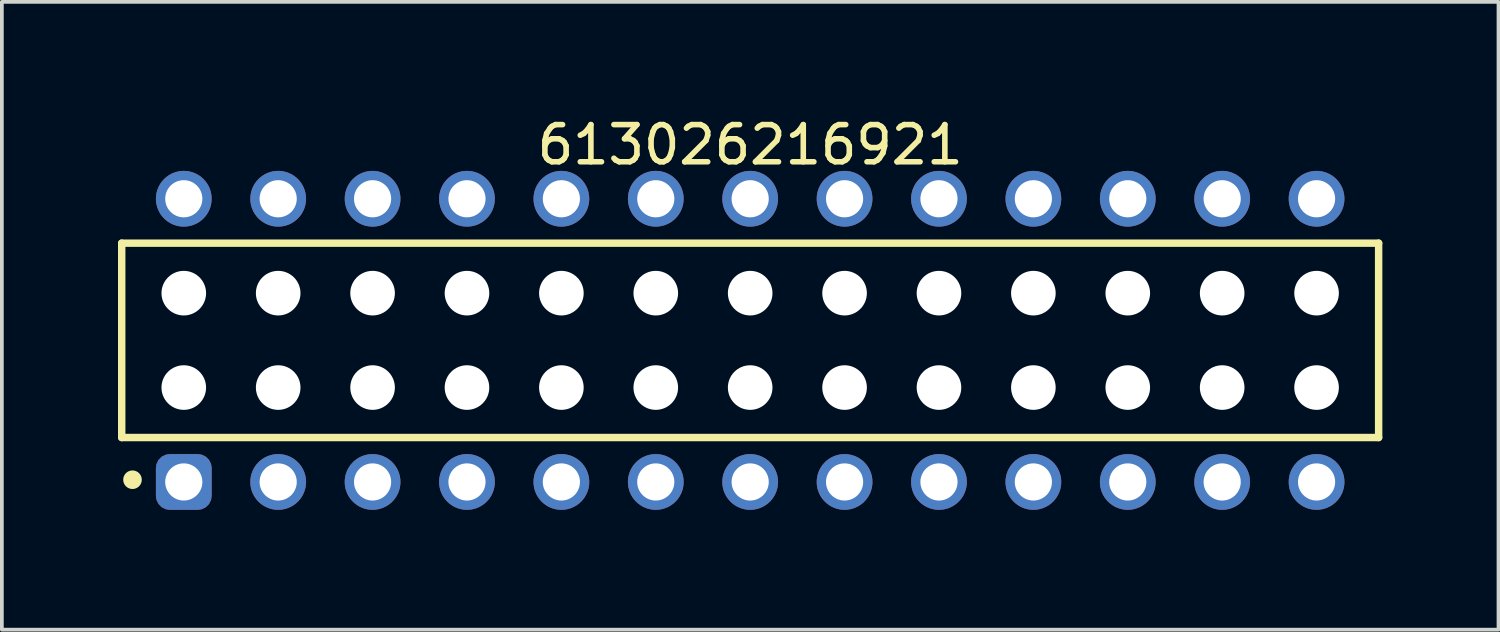
<source format=kicad_pcb>
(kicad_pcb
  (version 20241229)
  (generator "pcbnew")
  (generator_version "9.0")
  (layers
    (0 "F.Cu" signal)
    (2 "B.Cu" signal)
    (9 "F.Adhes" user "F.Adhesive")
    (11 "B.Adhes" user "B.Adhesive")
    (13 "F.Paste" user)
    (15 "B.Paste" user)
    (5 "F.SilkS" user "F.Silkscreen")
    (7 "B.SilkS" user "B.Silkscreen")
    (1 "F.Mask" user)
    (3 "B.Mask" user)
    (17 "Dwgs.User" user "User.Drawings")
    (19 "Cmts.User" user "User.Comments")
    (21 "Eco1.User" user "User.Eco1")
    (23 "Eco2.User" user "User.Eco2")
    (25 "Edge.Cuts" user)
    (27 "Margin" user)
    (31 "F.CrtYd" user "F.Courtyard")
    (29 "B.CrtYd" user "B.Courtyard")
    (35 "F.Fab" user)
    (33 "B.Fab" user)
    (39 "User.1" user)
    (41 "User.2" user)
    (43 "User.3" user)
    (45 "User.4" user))
  (footprint "613026216921"
    (layer "F.Cu")
    (at 17.135 6.108)
    (property "Reference" "613026216921" (at 0 -5.26 0) (layer "F.SilkS") (effects (font (size 1 1) (thickness 0.15))))
    (fp_line (start -16.91 -2.615) (end 16.91 -2.615) (stroke (width 0.2) (type solid)) (layer "F.SilkS"))
    (fp_line (start -16.91 2.615) (end -16.91 -2.615) (stroke (width 0.2) (type solid)) (layer "F.SilkS"))
    (fp_line (start -16.91 2.615) (end 16.91 2.615) (stroke (width 0.2) (type solid)) (layer "F.SilkS"))
    (fp_line (start 16.91 2.615) (end 16.91 -2.615) (stroke (width 0.2) (type solid)) (layer "F.SilkS"))
    (fp_circle (center -16.62 3.75) (end -16.62 3.625) (stroke (width 0.25) (type solid)) (fill no) (layer "F.SilkS"))
    (fp_line (start -17.11 -4.76) (end 17.11 -4.76) (stroke (width 0.05) (type solid)) (layer "Eco2.User"))
    (fp_line (start -17.11 4.76) (end -17.11 -4.76) (stroke (width 0.05) (type solid)) (layer "Eco2.User"))
    (fp_line (start -17.11 4.76) (end 17.11 4.76) (stroke (width 0.05) (type solid)) (layer "Eco2.User"))
    (fp_line (start -16.76 -2.54) (end 16.76 -2.54) (stroke (width 0.1) (type solid)) (layer "Eco2.User"))
    (fp_line (start -16.76 2.54) (end -16.76 -2.54) (stroke (width 0.1) (type solid)) (layer "Eco2.User"))
    (fp_line (start -16.76 2.54) (end 16.76 2.54) (stroke (width 0.1) (type solid)) (layer "Eco2.User"))
    (fp_line (start -15.64 -3.935) (end -14.84 -3.935) (stroke (width 0.1) (type solid)) (layer "Eco2.User"))
    (fp_line (start -15.64 -2.54) (end -15.64 -3.935) (stroke (width 0.1) (type solid)) (layer "Eco2.User"))
    (fp_line (start -15.64 3.935) (end -15.64 2.54) (stroke (width 0.1) (type solid)) (layer "Eco2.User"))
    (fp_line (start -15.64 3.935) (end -14.84 3.935) (stroke (width 0.1) (type solid)) (layer "Eco2.User"))
    (fp_line (start -14.84 -2.54) (end -14.84 -3.935) (stroke (width 0.1) (type solid)) (layer "Eco2.User"))
    (fp_line (start -14.84 3.935) (end -14.84 2.54) (stroke (width 0.1) (type solid)) (layer "Eco2.User"))
    (fp_line (start -13.1 -3.935) (end -12.3 -3.935) (stroke (width 0.1) (type solid)) (layer "Eco2.User"))
    (fp_line (start -13.1 -2.54) (end -13.1 -3.935) (stroke (width 0.1) (type solid)) (layer "Eco2.User"))
    (fp_line (start -13.1 3.935) (end -13.1 2.54) (stroke (width 0.1) (type solid)) (layer "Eco2.User"))
    (fp_line (start -13.1 3.935) (end -12.3 3.935) (stroke (width 0.1) (type solid)) (layer "Eco2.User"))
    (fp_line (start -12.3 -2.54) (end -12.3 -3.935) (stroke (width 0.1) (type solid)) (layer "Eco2.User"))
    (fp_line (start -12.3 3.935) (end -12.3 2.54) (stroke (width 0.1) (type solid)) (layer "Eco2.User"))
    (fp_line (start -10.56 -3.935) (end -9.76 -3.935) (stroke (width 0.1) (type solid)) (layer "Eco2.User"))
    (fp_line (start -10.56 -2.54) (end -10.56 -3.935) (stroke (width 0.1) (type solid)) (layer "Eco2.User"))
    (fp_line (start -10.56 3.935) (end -10.56 2.54) (stroke (width 0.1) (type solid)) (layer "Eco2.User"))
    (fp_line (start -10.56 3.935) (end -9.76 3.935) (stroke (width 0.1) (type solid)) (layer "Eco2.User"))
    (fp_line (start -9.76 -2.54) (end -9.76 -3.935) (stroke (width 0.1) (type solid)) (layer "Eco2.User"))
    (fp_line (start -9.76 3.935) (end -9.76 2.54) (stroke (width 0.1) (type solid)) (layer "Eco2.User"))
    (fp_line (start -8.02 -3.935) (end -7.22 -3.935) (stroke (width 0.1) (type solid)) (layer "Eco2.User"))
    (fp_line (start -8.02 -2.54) (end -8.02 -3.935) (stroke (width 0.1) (type solid)) (layer "Eco2.User"))
    (fp_line (start -8.02 3.935) (end -8.02 2.54) (stroke (width 0.1) (type solid)) (layer "Eco2.User"))
    (fp_line (start -8.02 3.935) (end -7.22 3.935) (stroke (width 0.1) (type solid)) (layer "Eco2.User"))
    (fp_line (start -7.22 -2.54) (end -7.22 -3.935) (stroke (width 0.1) (type solid)) (layer "Eco2.User"))
    (fp_line (start -7.22 3.935) (end -7.22 2.54) (stroke (width 0.1) (type solid)) (layer "Eco2.User"))
    (fp_line (start -5.48 -3.935) (end -4.68 -3.935) (stroke (width 0.1) (type solid)) (layer "Eco2.User"))
    (fp_line (start -5.48 -2.54) (end -5.48 -3.935) (stroke (width 0.1) (type solid)) (layer "Eco2.User"))
    (fp_line (start -5.48 3.935) (end -5.48 2.54) (stroke (width 0.1) (type solid)) (layer "Eco2.User"))
    (fp_line (start -5.48 3.935) (end -4.68 3.935) (stroke (width 0.1) (type solid)) (layer "Eco2.User"))
    (fp_line (start -4.68 -2.54) (end -4.68 -3.935) (stroke (width 0.1) (type solid)) (layer "Eco2.User"))
    (fp_line (start -4.68 3.935) (end -4.68 2.54) (stroke (width 0.1) (type solid)) (layer "Eco2.User"))
    (fp_line (start -2.94 -3.935) (end -2.14 -3.935) (stroke (width 0.1) (type solid)) (layer "Eco2.User"))
    (fp_line (start -2.94 -2.54) (end -2.94 -3.935) (stroke (width 0.1) (type solid)) (layer "Eco2.User"))
    (fp_line (start -2.94 3.935) (end -2.94 2.54) (stroke (width 0.1) (type solid)) (layer "Eco2.User"))
    (fp_line (start -2.94 3.935) (end -2.14 3.935) (stroke (width 0.1) (type solid)) (layer "Eco2.User"))
    (fp_line (start -2.14 -2.54) (end -2.14 -3.935) (stroke (width 0.1) (type solid)) (layer "Eco2.User"))
    (fp_line (start -2.14 3.935) (end -2.14 2.54) (stroke (width 0.1) (type solid)) (layer "Eco2.User"))
    (fp_line (start -0.5 0) (end 0.5 0) (stroke (width 0.05) (type solid)) (layer "Eco2.User"))
    (fp_line (start -0.4 -3.935) (end 0.4 -3.935) (stroke (width 0.1) (type solid)) (layer "Eco2.User"))
    (fp_line (start -0.4 -2.54) (end -0.4 -3.935) (stroke (width 0.1) (type solid)) (layer "Eco2.User"))
    (fp_line (start -0.4 3.935) (end -0.4 2.54) (stroke (width 0.1) (type solid)) (layer "Eco2.User"))
    (fp_line (start -0.4 3.935) (end 0.4 3.935) (stroke (width 0.1) (type solid)) (layer "Eco2.User"))
    (fp_line (start 0 0.5) (end 0 -0.5) (stroke (width 0.05) (type solid)) (layer "Eco2.User"))
    (fp_line (start 0.4 -2.54) (end 0.4 -3.935) (stroke (width 0.1) (type solid)) (layer "Eco2.User"))
    (fp_line (start 0.4 3.935) (end 0.4 2.54) (stroke (width 0.1) (type solid)) (layer "Eco2.User"))
    (fp_line (start 2.14 -3.935) (end 2.94 -3.935) (stroke (width 0.1) (type solid)) (layer "Eco2.User"))
    (fp_line (start 2.14 -2.54) (end 2.14 -3.935) (stroke (width 0.1) (type solid)) (layer "Eco2.User"))
    (fp_line (start 2.14 3.935) (end 2.14 2.54) (stroke (width 0.1) (type solid)) (layer "Eco2.User"))
    (fp_line (start 2.14 3.935) (end 2.94 3.935) (stroke (width 0.1) (type solid)) (layer "Eco2.User"))
    (fp_line (start 2.94 -2.54) (end 2.94 -3.935) (stroke (width 0.1) (type solid)) (layer "Eco2.User"))
    (fp_line (start 2.94 3.935) (end 2.94 2.54) (stroke (width 0.1) (type solid)) (layer "Eco2.User"))
    (fp_line (start 4.68 -3.935) (end 5.48 -3.935) (stroke (width 0.1) (type solid)) (layer "Eco2.User"))
    (fp_line (start 4.68 -2.54) (end 4.68 -3.935) (stroke (width 0.1) (type solid)) (layer "Eco2.User"))
    (fp_line (start 4.68 3.935) (end 4.68 2.54) (stroke (width 0.1) (type solid)) (layer "Eco2.User"))
    (fp_line (start 4.68 3.935) (end 5.48 3.935) (stroke (width 0.1) (type solid)) (layer "Eco2.User"))
    (fp_line (start 5.48 -2.54) (end 5.48 -3.935) (stroke (width 0.1) (type solid)) (layer "Eco2.User"))
    (fp_line (start 5.48 3.935) (end 5.48 2.54) (stroke (width 0.1) (type solid)) (layer "Eco2.User"))
    (fp_line (start 7.22 -3.935) (end 8.02 -3.935) (stroke (width 0.1) (type solid)) (layer "Eco2.User"))
    (fp_line (start 7.22 -2.54) (end 7.22 -3.935) (stroke (width 0.1) (type solid)) (layer "Eco2.User"))
    (fp_line (start 7.22 3.935) (end 7.22 2.54) (stroke (width 0.1) (type solid)) (layer "Eco2.User"))
    (fp_line (start 7.22 3.935) (end 8.02 3.935) (stroke (width 0.1) (type solid)) (layer "Eco2.User"))
    (fp_line (start 8.02 -2.54) (end 8.02 -3.935) (stroke (width 0.1) (type solid)) (layer "Eco2.User"))
    (fp_line (start 8.02 3.935) (end 8.02 2.54) (stroke (width 0.1) (type solid)) (layer "Eco2.User"))
    (fp_line (start 9.76 -3.935) (end 10.56 -3.935) (stroke (width 0.1) (type solid)) (layer "Eco2.User"))
    (fp_line (start 9.76 -2.54) (end 9.76 -3.935) (stroke (width 0.1) (type solid)) (layer "Eco2.User"))
    (fp_line (start 9.76 3.935) (end 9.76 2.54) (stroke (width 0.1) (type solid)) (layer "Eco2.User"))
    (fp_line (start 9.76 3.935) (end 10.56 3.935) (stroke (width 0.1) (type solid)) (layer "Eco2.User"))
    (fp_line (start 10.56 -2.54) (end 10.56 -3.935) (stroke (width 0.1) (type solid)) (layer "Eco2.User"))
    (fp_line (start 10.56 3.935) (end 10.56 2.54) (stroke (width 0.1) (type solid)) (layer "Eco2.User"))
    (fp_line (start 12.3 -3.935) (end 13.1 -3.935) (stroke (width 0.1) (type solid)) (layer "Eco2.User"))
    (fp_line (start 12.3 -2.54) (end 12.3 -3.935) (stroke (width 0.1) (type solid)) (layer "Eco2.User"))
    (fp_line (start 12.3 3.935) (end 12.3 2.54) (stroke (width 0.1) (type solid)) (layer "Eco2.User"))
    (fp_line (start 12.3 3.935) (end 13.1 3.935) (stroke (width 0.1) (type solid)) (layer "Eco2.User"))
    (fp_line (start 13.1 -2.54) (end 13.1 -3.935) (stroke (width 0.1) (type solid)) (layer "Eco2.User"))
    (fp_line (start 13.1 3.935) (end 13.1 2.54) (stroke (width 0.1) (type solid)) (layer "Eco2.User"))
    (fp_line (start 14.84 -3.935) (end 15.64 -3.935) (stroke (width 0.1) (type solid)) (layer "Eco2.User"))
    (fp_line (start 14.84 -2.54) (end 14.84 -3.935) (stroke (width 0.1) (type solid)) (layer "Eco2.User"))
    (fp_line (start 14.84 3.935) (end 14.84 2.54) (stroke (width 0.1) (type solid)) (layer "Eco2.User"))
    (fp_line (start 14.84 3.935) (end 15.64 3.935) (stroke (width 0.1) (type solid)) (layer "Eco2.User"))
    (fp_line (start 15.64 -2.54) (end 15.64 -3.935) (stroke (width 0.1) (type solid)) (layer "Eco2.User"))
    (fp_line (start 15.64 3.935) (end 15.64 2.54) (stroke (width 0.1) (type solid)) (layer "Eco2.User"))
    (fp_line (start 16.76 2.54) (end 16.76 -2.54) (stroke (width 0.1) (type solid)) (layer "Eco2.User"))
    (fp_line (start 17.11 4.76) (end 17.11 -4.76) (stroke (width 0.05) (type solid)) (layer "Eco2.User"))
    (fp_text user "${REFERENCE}" (at 0.15 -0.197 0) (unlocked yes) (layer "User.3") (effects (font (size 1.5 1.5) (thickness 0.15))))
    (pad "" np_thru_hole circle (at -15.24 -1.27) (size 1.2 1.2) (drill 1.2) (layers "*.Cu" "*.Mask"))
    (pad "" np_thru_hole circle (at -15.24 1.27) (size 1.2 1.2) (drill 1.2) (layers "*.Cu" "*.Mask"))
    (pad "" np_thru_hole circle (at -12.7 -1.27) (size 1.2 1.2) (drill 1.2) (layers "*.Cu" "*.Mask"))
    (pad "" np_thru_hole circle (at -12.7 1.27) (size 1.2 1.2) (drill 1.2) (layers "*.Cu" "*.Mask"))
    (pad "" np_thru_hole circle (at -10.16 -1.27) (size 1.2 1.2) (drill 1.2) (layers "*.Cu" "*.Mask"))
    (pad "" np_thru_hole circle (at -10.16 1.27) (size 1.2 1.2) (drill 1.2) (layers "*.Cu" "*.Mask"))
    (pad "" np_thru_hole circle (at -7.62 -1.27) (size 1.2 1.2) (drill 1.2) (layers "*.Cu" "*.Mask"))
    (pad "" np_thru_hole circle (at -7.62 1.27) (size 1.2 1.2) (drill 1.2) (layers "*.Cu" "*.Mask"))
    (pad "" np_thru_hole circle (at -5.08 -1.27) (size 1.2 1.2) (drill 1.2) (layers "*.Cu" "*.Mask"))
    (pad "" np_thru_hole circle (at -5.08 1.27) (size 1.2 1.2) (drill 1.2) (layers "*.Cu" "*.Mask"))
    (pad "" np_thru_hole circle (at -2.54 -1.27) (size 1.2 1.2) (drill 1.2) (layers "*.Cu" "*.Mask"))
    (pad "" np_thru_hole circle (at -2.54 1.27) (size 1.2 1.2) (drill 1.2) (layers "*.Cu" "*.Mask"))
    (pad "" np_thru_hole circle (at 0 -1.27) (size 1.2 1.2) (drill 1.2) (layers "*.Cu" "*.Mask"))
    (pad "" np_thru_hole circle (at 0 1.27) (size 1.2 1.2) (drill 1.2) (layers "*.Cu" "*.Mask"))
    (pad "" np_thru_hole circle (at 2.54 -1.27) (size 1.2 1.2) (drill 1.2) (layers "*.Cu" "*.Mask"))
    (pad "" np_thru_hole circle (at 2.54 1.27) (size 1.2 1.2) (drill 1.2) (layers "*.Cu" "*.Mask"))
    (pad "" np_thru_hole circle (at 5.08 -1.27) (size 1.2 1.2) (drill 1.2) (layers "*.Cu" "*.Mask"))
    (pad "" np_thru_hole circle (at 5.08 1.27) (size 1.2 1.2) (drill 1.2) (layers "*.Cu" "*.Mask"))
    (pad "" np_thru_hole circle (at 7.62 -1.27) (size 1.2 1.2) (drill 1.2) (layers "*.Cu" "*.Mask"))
    (pad "" np_thru_hole circle (at 7.62 1.27) (size 1.2 1.2) (drill 1.2) (layers "*.Cu" "*.Mask"))
    (pad "" np_thru_hole circle (at 10.16 -1.27) (size 1.2 1.2) (drill 1.2) (layers "*.Cu" "*.Mask"))
    (pad "" np_thru_hole circle (at 10.16 1.27) (size 1.2 1.2) (drill 1.2) (layers "*.Cu" "*.Mask"))
    (pad "" np_thru_hole circle (at 12.7 -1.27) (size 1.2 1.2) (drill 1.2) (layers "*.Cu" "*.Mask"))
    (pad "" np_thru_hole circle (at 12.7 1.27) (size 1.2 1.2) (drill 1.2) (layers "*.Cu" "*.Mask"))
    (pad "" np_thru_hole circle (at 15.24 -1.27) (size 1.2 1.2) (drill 1.2) (layers "*.Cu" "*.Mask"))
    (pad "" np_thru_hole circle (at 15.24 1.27) (size 1.2 1.2) (drill 1.2) (layers "*.Cu" "*.Mask"))
    (pad "1" thru_hole roundrect (at -15.24 3.81) (size 1.5 1.5) (drill 1) (layers "*.Cu" "*.Mask") (roundrect_rratio 0.25))
    (pad "2" thru_hole circle (at -15.24 -3.81) (size 1.5 1.5) (drill 1) (layers "*.Cu" "*.Mask"))
    (pad "3" thru_hole circle (at -12.7 3.81) (size 1.5 1.5) (drill 1) (layers "*.Cu" "*.Mask"))
    (pad "4" thru_hole circle (at -12.7 -3.81) (size 1.5 1.5) (drill 1) (layers "*.Cu" "*.Mask"))
    (pad "5" thru_hole circle (at -10.16 3.81) (size 1.5 1.5) (drill 1) (layers "*.Cu" "*.Mask"))
    (pad "6" thru_hole circle (at -10.16 -3.81) (size 1.5 1.5) (drill 1) (layers "*.Cu" "*.Mask"))
    (pad "7" thru_hole circle (at -7.62 3.81) (size 1.5 1.5) (drill 1) (layers "*.Cu" "*.Mask"))
    (pad "8" thru_hole circle (at -7.62 -3.81) (size 1.5 1.5) (drill 1) (layers "*.Cu" "*.Mask"))
    (pad "9" thru_hole circle (at -5.08 3.81) (size 1.5 1.5) (drill 1) (layers "*.Cu" "*.Mask"))
    (pad "10" thru_hole circle (at -5.08 -3.81) (size 1.5 1.5) (drill 1) (layers "*.Cu" "*.Mask"))
    (pad "11" thru_hole circle (at -2.54 3.81) (size 1.5 1.5) (drill 1) (layers "*.Cu" "*.Mask"))
    (pad "12" thru_hole circle (at -2.54 -3.81) (size 1.5 1.5) (drill 1) (layers "*.Cu" "*.Mask"))
    (pad "13" thru_hole circle (at 0 3.81) (size 1.5 1.5) (drill 1) (layers "*.Cu" "*.Mask"))
    (pad "14" thru_hole circle (at 0 -3.81) (size 1.5 1.5) (drill 1) (layers "*.Cu" "*.Mask"))
    (pad "15" thru_hole circle (at 2.54 3.81) (size 1.5 1.5) (drill 1) (layers "*.Cu" "*.Mask"))
    (pad "16" thru_hole circle (at 2.54 -3.81) (size 1.5 1.5) (drill 1) (layers "*.Cu" "*.Mask"))
    (pad "17" thru_hole circle (at 5.08 3.81) (size 1.5 1.5) (drill 1) (layers "*.Cu" "*.Mask"))
    (pad "18" thru_hole circle (at 5.08 -3.81) (size 1.5 1.5) (drill 1) (layers "*.Cu" "*.Mask"))
    (pad "19" thru_hole circle (at 7.62 3.81) (size 1.5 1.5) (drill 1) (layers "*.Cu" "*.Mask"))
    (pad "20" thru_hole circle (at 7.62 -3.81) (size 1.5 1.5) (drill 1) (layers "*.Cu" "*.Mask"))
    (pad "21" thru_hole circle (at 10.16 3.81) (size 1.5 1.5) (drill 1) (layers "*.Cu" "*.Mask"))
    (pad "22" thru_hole circle (at 10.16 -3.81) (size 1.5 1.5) (drill 1) (layers "*.Cu" "*.Mask"))
    (pad "23" thru_hole circle (at 12.7 3.81) (size 1.5 1.5) (drill 1) (layers "*.Cu" "*.Mask"))
    (pad "24" thru_hole circle (at 12.7 -3.81) (size 1.5 1.5) (drill 1) (layers "*.Cu" "*.Mask"))
    (pad "25" thru_hole circle (at 15.24 3.81) (size 1.5 1.5) (drill 1) (layers "*.Cu" "*.Mask"))
    (pad "26" thru_hole circle (at 15.24 -3.81) (size 1.5 1.5) (drill 1) (layers "*.Cu" "*.Mask")))
  (gr_rect
    (start -3 -3)
    (end 37.27 13.893)
    (stroke (width 0.1) (type default))
    (fill no)
    (layer "Edge.Cuts")))
</source>
